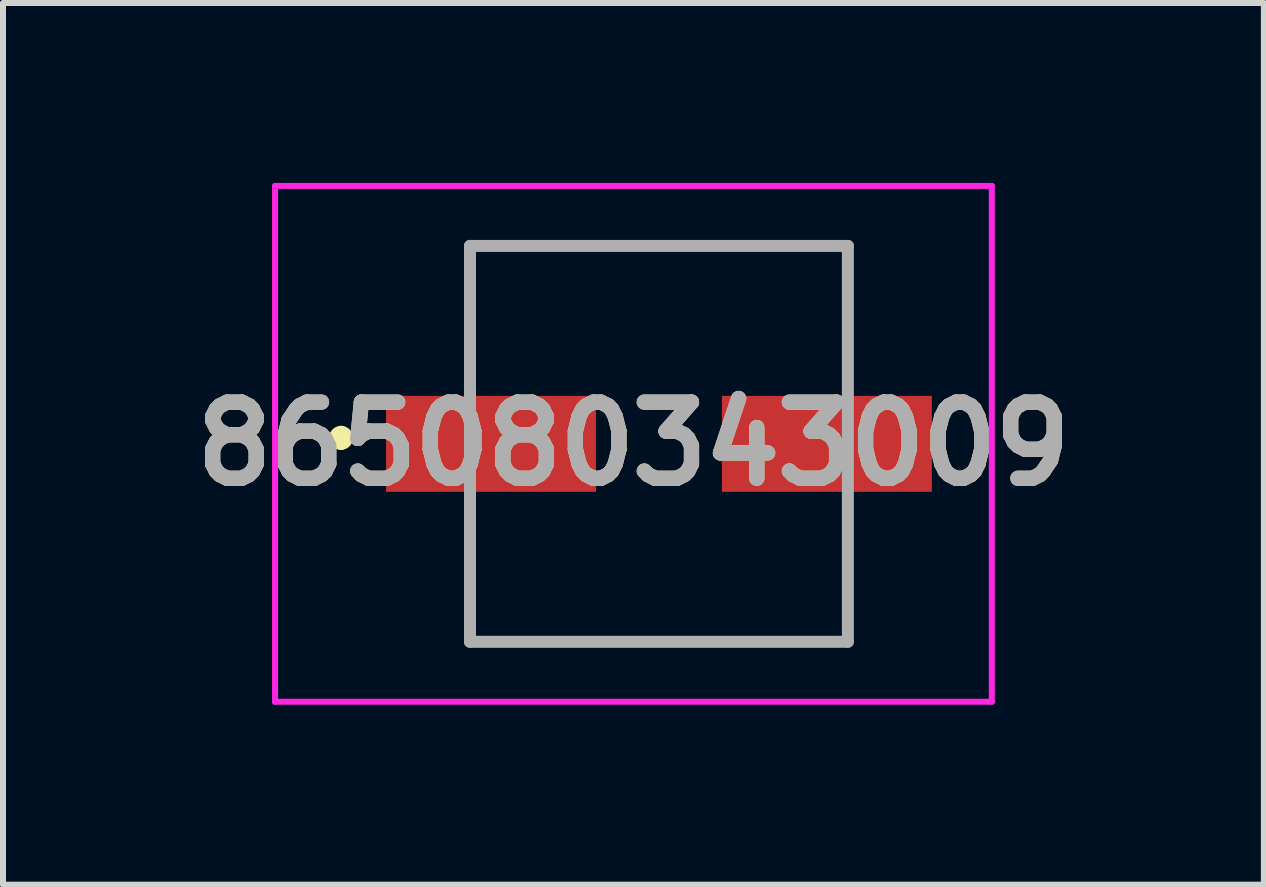
<source format=kicad_pcb>
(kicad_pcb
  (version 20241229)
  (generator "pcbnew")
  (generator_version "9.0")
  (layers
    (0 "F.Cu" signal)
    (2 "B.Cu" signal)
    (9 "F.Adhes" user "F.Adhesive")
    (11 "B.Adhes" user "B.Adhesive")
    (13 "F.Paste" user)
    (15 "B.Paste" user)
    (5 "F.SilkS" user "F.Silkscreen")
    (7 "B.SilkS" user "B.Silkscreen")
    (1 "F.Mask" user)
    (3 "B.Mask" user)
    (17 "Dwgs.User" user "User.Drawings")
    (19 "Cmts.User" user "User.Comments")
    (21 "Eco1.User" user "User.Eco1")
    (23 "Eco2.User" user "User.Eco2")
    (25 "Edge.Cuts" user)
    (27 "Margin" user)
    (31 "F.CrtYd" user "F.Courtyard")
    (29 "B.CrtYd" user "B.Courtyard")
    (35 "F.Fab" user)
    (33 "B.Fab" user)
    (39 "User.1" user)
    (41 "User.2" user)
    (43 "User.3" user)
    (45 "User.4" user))
  (footprint "865080343009"
    (layer "F.Cu")
    (at 6.811 4.35)
    (property "Reference" "865080343009" (at 0.7 0 0) (layer "F.SilkS") (effects (font (size 1.27 1.27) (thickness 0.254))))
    (attr smd)
    (fp_line (start -4.175 -0.2) (end -4.175 -0.2) (stroke (width 0.2) (type solid)) (layer "F.SilkS"))
    (fp_line (start -4.175 0) (end -4.175 0) (stroke (width 0.2) (type solid)) (layer "F.SilkS"))
    (fp_line (start -2.025 -3.3) (end 4.275 -3.3) (stroke (width 0.1) (type solid)) (layer "F.SilkS"))
    (fp_line (start -2.025 -1.5) (end -2.025 -3.3) (stroke (width 0.1) (type solid)) (layer "F.SilkS"))
    (fp_line (start -2.025 1.5) (end -2.025 3.3) (stroke (width 0.1) (type solid)) (layer "F.SilkS"))
    (fp_line (start -2.025 3.3) (end 4.275 3.3) (stroke (width 0.1) (type solid)) (layer "F.SilkS"))
    (fp_line (start 4.275 -3.3) (end 4.275 -1.5) (stroke (width 0.1) (type solid)) (layer "F.SilkS"))
    (fp_line (start 4.275 3.3) (end 4.275 1.5) (stroke (width 0.1) (type solid)) (layer "F.SilkS"))
    (fp_arc (start -4.175 -0.2) (mid -4.075 -0.1) (end -4.175 0) (stroke (width 0.2) (type solid)) (layer "F.SilkS"))
    (fp_arc (start -4.175 0) (mid -4.275 -0.1) (end -4.175 -0.2) (stroke (width 0.2) (type solid)) (layer "F.SilkS"))
    (fp_line (start -5.275 -4.3) (end 6.675 -4.3) (stroke (width 0.1) (type solid)) (layer "F.CrtYd"))
    (fp_line (start -5.275 4.3) (end -5.275 -4.3) (stroke (width 0.1) (type solid)) (layer "F.CrtYd"))
    (fp_line (start 6.675 -4.3) (end 6.675 4.3) (stroke (width 0.1) (type solid)) (layer "F.CrtYd"))
    (fp_line (start 6.675 4.3) (end -5.275 4.3) (stroke (width 0.1) (type solid)) (layer "F.CrtYd"))
    (fp_line (start -2.025 -3.3) (end 4.275 -3.3) (stroke (width 0.2) (type solid)) (layer "F.Fab"))
    (fp_line (start -2.025 3.3) (end -2.025 -3.3) (stroke (width 0.2) (type solid)) (layer "F.Fab"))
    (fp_line (start 4.275 -3.3) (end 4.275 3.3) (stroke (width 0.2) (type solid)) (layer "F.Fab"))
    (fp_line (start 4.275 3.3) (end -2.025 3.3) (stroke (width 0.2) (type solid)) (layer "F.Fab"))
    (fp_text user "${REFERENCE}" (at 0.7 0 0) (layer "F.Fab") (effects (font (size 1.27 1.27) (thickness 0.254))))
    (pad "1" smd rect (at -1.675 0 90) (size 1.6 3.5) (layers "F.Cu" "F.Mask" "F.Paste"))
    (pad "2" smd rect (at 3.925 0 90) (size 1.6 3.5) (layers "F.Cu" "F.Mask" "F.Paste")))
  (gr_rect
    (start -3 -3)
    (end 18.022 11.7)
    (stroke (width 0.1) (type default))
    (fill no)
    (layer "Edge.Cuts")))
</source>
